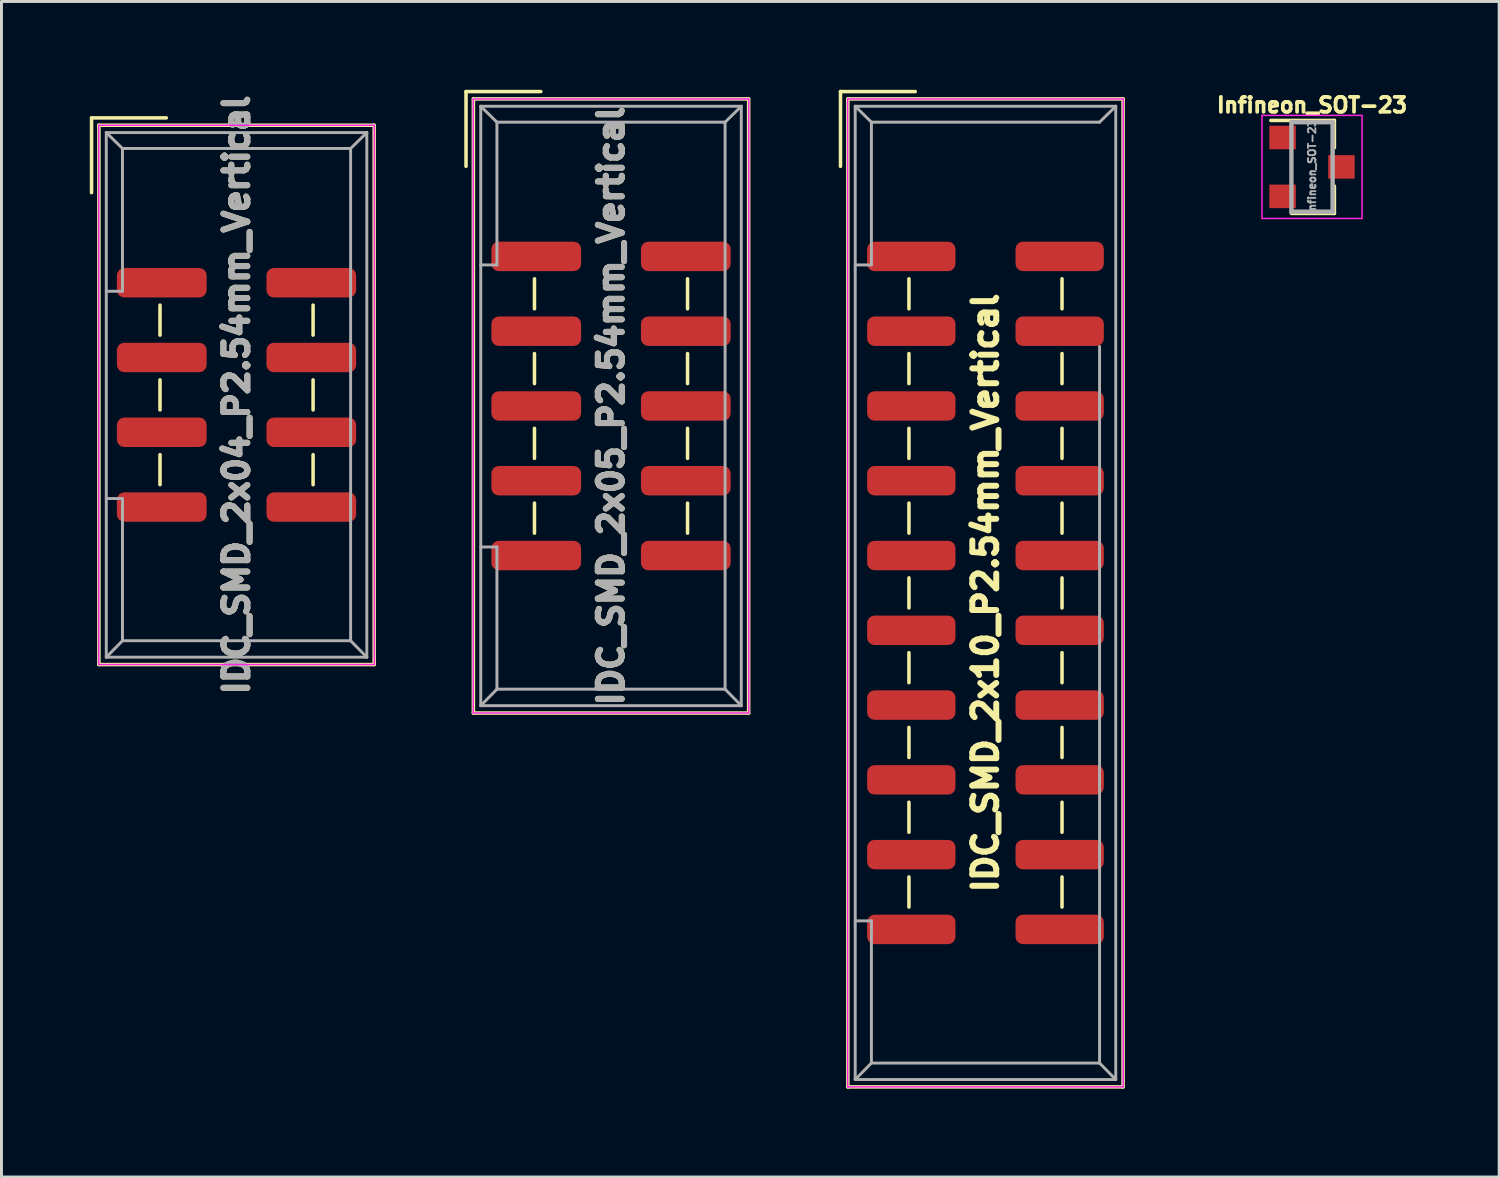
<source format=kicad_pcb>
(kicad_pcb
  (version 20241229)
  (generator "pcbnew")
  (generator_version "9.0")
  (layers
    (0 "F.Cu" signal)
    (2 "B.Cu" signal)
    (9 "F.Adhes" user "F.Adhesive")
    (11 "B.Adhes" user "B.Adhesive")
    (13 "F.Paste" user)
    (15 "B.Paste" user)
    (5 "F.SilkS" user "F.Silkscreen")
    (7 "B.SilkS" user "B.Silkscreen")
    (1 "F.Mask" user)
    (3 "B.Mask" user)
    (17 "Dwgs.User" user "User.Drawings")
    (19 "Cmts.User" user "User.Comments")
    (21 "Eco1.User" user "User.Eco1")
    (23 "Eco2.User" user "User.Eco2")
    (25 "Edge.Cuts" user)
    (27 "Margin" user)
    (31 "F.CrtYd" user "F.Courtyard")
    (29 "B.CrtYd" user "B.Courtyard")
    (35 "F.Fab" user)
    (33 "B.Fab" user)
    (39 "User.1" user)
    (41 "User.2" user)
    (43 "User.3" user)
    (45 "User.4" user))
  (footprint "IDC_SMD_2x04_P2.54mm_Vertical"
    (layer "F.Cu")
    (at 4.985 10.364)
    (property "Reference" "IDC_SMD_2x04_P2.54mm_Vertical" (at 0 0 90) (layer "F.Fab") (effects (font (size 0.813 0.813) (thickness 0.203))))
    (attr smd)
    (fp_line (start -4.925 -9.41) (end -4.925 -6.87) (stroke (width 0.12) (type solid)) (layer "F.SilkS"))
    (fp_line (start -4.925 -9.41) (end -2.385 -9.41) (stroke (width 0.12) (type solid)) (layer "F.SilkS"))
    (fp_line (start -4.675 -9.16) (end 4.675 -9.16) (stroke (width 0.12) (type solid)) (layer "F.SilkS"))
    (fp_line (start -4.675 9.16) (end -4.675 -9.16) (stroke (width 0.12) (type solid)) (layer "F.SilkS"))
    (fp_line (start -2.6 -3.05) (end -2.6 -2.03) (stroke (width 0.12) (type solid)) (layer "F.SilkS"))
    (fp_line (start -2.6 -0.51) (end -2.6 0.51) (stroke (width 0.12) (type solid)) (layer "F.SilkS"))
    (fp_line (start -2.6 2.03) (end -2.6 3.05) (stroke (width 0.12) (type solid)) (layer "F.SilkS"))
    (fp_line (start 2.6 -3.05) (end 2.6 -2.03) (stroke (width 0.12) (type solid)) (layer "F.SilkS"))
    (fp_line (start 2.6 -0.51) (end 2.6 0.51) (stroke (width 0.12) (type solid)) (layer "F.SilkS"))
    (fp_line (start 2.6 2.03) (end 2.6 3.05) (stroke (width 0.12) (type solid)) (layer "F.SilkS"))
    (fp_line (start 4.675 -9.16) (end 4.675 9.16) (stroke (width 0.12) (type solid)) (layer "F.SilkS"))
    (fp_line (start 4.675 9.16) (end -4.675 9.16) (stroke (width 0.12) (type solid)) (layer "F.SilkS"))
    (fp_line (start -4.68 -9.16) (end 4.68 -9.16) (stroke (width 0.05) (type solid)) (layer "F.CrtYd"))
    (fp_line (start -4.68 9.16) (end -4.68 -9.16) (stroke (width 0.05) (type solid)) (layer "F.CrtYd"))
    (fp_line (start 4.68 -9.16) (end 4.68 9.16) (stroke (width 0.05) (type solid)) (layer "F.CrtYd"))
    (fp_line (start 4.68 9.16) (end -4.68 9.16) (stroke (width 0.05) (type solid)) (layer "F.CrtYd"))
    (fp_line (start -4.425 -8.91) (end -4.425 8.91) (stroke (width 0.1) (type solid)) (layer "F.Fab"))
    (fp_line (start -4.425 -8.91) (end -3.875 -8.37) (stroke (width 0.1) (type solid)) (layer "F.Fab"))
    (fp_line (start -4.425 8.91) (end -3.875 8.35) (stroke (width 0.1) (type solid)) (layer "F.Fab"))
    (fp_line (start -3.875 -8.37) (end -3.875 -3.52) (stroke (width 0.1) (type solid)) (layer "F.Fab"))
    (fp_line (start -3.875 -3.52) (end -4.425 -3.52) (stroke (width 0.1) (type solid)) (layer "F.Fab"))
    (fp_line (start -3.875 3.52) (end -4.425 3.52) (stroke (width 0.1) (type solid)) (layer "F.Fab"))
    (fp_line (start -3.875 3.52) (end -3.875 8.35) (stroke (width 0.1) (type solid)) (layer "F.Fab"))
    (fp_line (start 3.875 -8.37) (end -3.875 -8.37) (stroke (width 0.1) (type solid)) (layer "F.Fab"))
    (fp_line (start 3.875 -8.37) (end 3.875 8.35) (stroke (width 0.1) (type solid)) (layer "F.Fab"))
    (fp_line (start 3.875 8.35) (end -3.875 8.35) (stroke (width 0.1) (type solid)) (layer "F.Fab"))
    (fp_line (start 4.425 -8.91) (end -4.425 -8.91) (stroke (width 0.1) (type solid)) (layer "F.Fab"))
    (fp_line (start 4.425 -8.91) (end 3.875 -8.37) (stroke (width 0.1) (type solid)) (layer "F.Fab"))
    (fp_line (start 4.425 -8.91) (end 4.425 8.91) (stroke (width 0.1) (type solid)) (layer "F.Fab"))
    (fp_line (start 4.425 8.91) (end -4.425 8.91) (stroke (width 0.1) (type solid)) (layer "F.Fab"))
    (fp_line (start 4.425 8.91) (end 3.875 8.35) (stroke (width 0.1) (type solid)) (layer "F.Fab"))
    (fp_text user "${REFERENCE}" (at 0 0 270) (layer "F.SilkS") (effects (font (size 0.813 0.813) (thickness 0.203))))
    (pad "1" smd roundrect (at -2.54 -3.81) (size 3.048 1) (layers "F.Cu" "F.Mask" "F.Paste") (roundrect_rratio 0.25))
    (pad "2" smd roundrect (at 2.54 -3.81) (size 3.048 1) (layers "F.Cu" "F.Mask" "F.Paste") (roundrect_rratio 0.25))
    (pad "3" smd roundrect (at -2.54 -1.27) (size 3.048 1) (layers "F.Cu" "F.Mask" "F.Paste") (roundrect_rratio 0.25))
    (pad "4" smd roundrect (at 2.54 -1.27) (size 3.048 1) (layers "F.Cu" "F.Mask" "F.Paste") (roundrect_rratio 0.25))
    (pad "5" smd roundrect (at -2.54 1.27) (size 3.048 1) (layers "F.Cu" "F.Mask" "F.Paste") (roundrect_rratio 0.25))
    (pad "6" smd roundrect (at 2.54 1.27) (size 3.048 1) (layers "F.Cu" "F.Mask" "F.Paste") (roundrect_rratio 0.25))
    (pad "7" smd roundrect (at -2.54 3.81) (size 3.048 1) (layers "F.Cu" "F.Mask" "F.Paste") (roundrect_rratio 0.25))
    (pad "8" smd roundrect (at 2.54 3.81) (size 3.048 1) (layers "F.Cu" "F.Mask" "F.Paste") (roundrect_rratio 0.25)))
  (footprint "IDC_SMD_2x10_P2.54mm_Vertical"
    (layer "F.Cu")
    (at 30.425 17.09)
    (property "Reference" "IDC_SMD_2x10_P2.54mm_Vertical" (at 0 0 90) (layer "F.SilkS") (effects (font (size 0.813 0.813) (thickness 0.203))))
    (attr smd)
    (fp_line (start -4.925 -17.03) (end -4.925 -14.49) (stroke (width 0.12) (type solid)) (layer "F.SilkS"))
    (fp_line (start -4.925 -17.03) (end -2.385 -17.03) (stroke (width 0.12) (type solid)) (layer "F.SilkS"))
    (fp_line (start -4.675 -16.78) (end 4.675 -16.78) (stroke (width 0.12) (type solid)) (layer "F.SilkS"))
    (fp_line (start -4.675 16.78) (end -4.675 -16.78) (stroke (width 0.12) (type solid)) (layer "F.SilkS"))
    (fp_line (start -2.6 -10.67) (end -2.6 -9.65) (stroke (width 0.12) (type solid)) (layer "F.SilkS"))
    (fp_line (start -2.6 -8.13) (end -2.6 -7.11) (stroke (width 0.12) (type solid)) (layer "F.SilkS"))
    (fp_line (start -2.6 -5.59) (end -2.6 -4.57) (stroke (width 0.12) (type solid)) (layer "F.SilkS"))
    (fp_line (start -2.6 -3.05) (end -2.6 -2.03) (stroke (width 0.12) (type solid)) (layer "F.SilkS"))
    (fp_line (start -2.6 -0.51) (end -2.6 0.51) (stroke (width 0.12) (type solid)) (layer "F.SilkS"))
    (fp_line (start -2.6 2.03) (end -2.6 3.05) (stroke (width 0.12) (type solid)) (layer "F.SilkS"))
    (fp_line (start -2.6 4.57) (end -2.6 5.59) (stroke (width 0.12) (type solid)) (layer "F.SilkS"))
    (fp_line (start -2.6 7.11) (end -2.6 8.13) (stroke (width 0.12) (type solid)) (layer "F.SilkS"))
    (fp_line (start -2.6 9.65) (end -2.6 10.67) (stroke (width 0.12) (type solid)) (layer "F.SilkS"))
    (fp_line (start 2.6 -10.67) (end 2.6 -9.65) (stroke (width 0.12) (type solid)) (layer "F.SilkS"))
    (fp_line (start 2.6 -8.13) (end 2.6 -7.11) (stroke (width 0.12) (type solid)) (layer "F.SilkS"))
    (fp_line (start 2.6 -5.59) (end 2.6 -4.57) (stroke (width 0.12) (type solid)) (layer "F.SilkS"))
    (fp_line (start 2.6 -3.05) (end 2.6 -2.03) (stroke (width 0.12) (type solid)) (layer "F.SilkS"))
    (fp_line (start 2.6 -0.51) (end 2.6 0.51) (stroke (width 0.12) (type solid)) (layer "F.SilkS"))
    (fp_line (start 2.6 2.03) (end 2.6 3.05) (stroke (width 0.12) (type solid)) (layer "F.SilkS"))
    (fp_line (start 2.6 4.57) (end 2.6 5.59) (stroke (width 0.12) (type solid)) (layer "F.SilkS"))
    (fp_line (start 2.6 7.11) (end 2.6 8.13) (stroke (width 0.12) (type solid)) (layer "F.SilkS"))
    (fp_line (start 2.6 9.65) (end 2.6 10.67) (stroke (width 0.12) (type solid)) (layer "F.SilkS"))
    (fp_line (start 4.675 -16.78) (end 4.675 16.78) (stroke (width 0.12) (type solid)) (layer "F.SilkS"))
    (fp_line (start 4.675 16.78) (end -4.675 16.78) (stroke (width 0.12) (type solid)) (layer "F.SilkS"))
    (fp_line (start -4.68 -16.78) (end 4.68 -16.78) (stroke (width 0.05) (type solid)) (layer "F.CrtYd"))
    (fp_line (start -4.68 16.78) (end -4.68 -16.78) (stroke (width 0.05) (type solid)) (layer "F.CrtYd"))
    (fp_line (start 4.68 -16.78) (end 4.68 16.78) (stroke (width 0.05) (type solid)) (layer "F.CrtYd"))
    (fp_line (start 4.68 16.78) (end -4.68 16.78) (stroke (width 0.05) (type solid)) (layer "F.CrtYd"))
    (fp_line (start -4.425 -16.53) (end -4.425 16.53) (stroke (width 0.1) (type solid)) (layer "F.Fab"))
    (fp_line (start -4.425 -16.53) (end -3.875 -15.99) (stroke (width 0.1) (type solid)) (layer "F.Fab"))
    (fp_line (start -4.425 16.53) (end -3.875 15.97) (stroke (width 0.1) (type solid)) (layer "F.Fab"))
    (fp_line (start -3.875 -15.99) (end -3.875 -11.14) (stroke (width 0.1) (type solid)) (layer "F.Fab"))
    (fp_line (start -3.875 -11.14) (end -4.425 -11.14) (stroke (width 0.1) (type solid)) (layer "F.Fab"))
    (fp_line (start -3.875 11.14) (end -4.425 11.14) (stroke (width 0.1) (type solid)) (layer "F.Fab"))
    (fp_line (start -3.875 11.14) (end -3.875 15.97) (stroke (width 0.1) (type solid)) (layer "F.Fab"))
    (fp_line (start 3.875 -15.99) (end -3.875 -15.99) (stroke (width 0.1) (type solid)) (layer "F.Fab"))
    (fp_line (start 3.875 -8.37) (end 3.875 15.97) (stroke (width 0.1) (type solid)) (layer "F.Fab"))
    (fp_line (start 3.875 15.97) (end -3.875 15.97) (stroke (width 0.1) (type solid)) (layer "F.Fab"))
    (fp_line (start 4.425 -16.53) (end -4.425 -16.53) (stroke (width 0.1) (type solid)) (layer "F.Fab"))
    (fp_line (start 4.425 -16.53) (end 3.875 -15.99) (stroke (width 0.1) (type solid)) (layer "F.Fab"))
    (fp_line (start 4.425 -16.53) (end 4.425 16.53) (stroke (width 0.1) (type solid)) (layer "F.Fab"))
    (fp_line (start 4.425 16.53) (end -4.425 16.53) (stroke (width 0.1) (type solid)) (layer "F.Fab"))
    (fp_line (start 4.425 16.53) (end 3.875 15.97) (stroke (width 0.1) (type solid)) (layer "F.Fab"))
    (pad "1" smd roundrect (at -2.52 -11.43) (size 3 1) (layers "F.Cu" "F.Mask" "F.Paste") (roundrect_rratio 0.25))
    (pad "2" smd roundrect (at 2.52 -11.43) (size 3 1) (layers "F.Cu" "F.Mask" "F.Paste") (roundrect_rratio 0.25))
    (pad "3" smd roundrect (at -2.52 -8.89) (size 3 1) (layers "F.Cu" "F.Mask" "F.Paste") (roundrect_rratio 0.25))
    (pad "4" smd roundrect (at 2.52 -8.89) (size 3 1) (layers "F.Cu" "F.Mask" "F.Paste") (roundrect_rratio 0.25))
    (pad "5" smd roundrect (at -2.52 -6.35) (size 3 1) (layers "F.Cu" "F.Mask" "F.Paste") (roundrect_rratio 0.25))
    (pad "6" smd roundrect (at 2.52 -6.35) (size 3 1) (layers "F.Cu" "F.Mask" "F.Paste") (roundrect_rratio 0.25))
    (pad "7" smd roundrect (at -2.52 -3.81) (size 3 1) (layers "F.Cu" "F.Mask" "F.Paste") (roundrect_rratio 0.25))
    (pad "8" smd roundrect (at 2.52 -3.81) (size 3 1) (layers "F.Cu" "F.Mask" "F.Paste") (roundrect_rratio 0.25))
    (pad "9" smd roundrect (at -2.52 -1.27) (size 3 1) (layers "F.Cu" "F.Mask" "F.Paste") (roundrect_rratio 0.25))
    (pad "10" smd roundrect (at 2.52 -1.27) (size 3 1) (layers "F.Cu" "F.Mask" "F.Paste") (roundrect_rratio 0.25))
    (pad "11" smd roundrect (at -2.52 1.27) (size 3 1) (layers "F.Cu" "F.Mask" "F.Paste") (roundrect_rratio 0.25))
    (pad "12" smd roundrect (at 2.52 1.27) (size 3 1) (layers "F.Cu" "F.Mask" "F.Paste") (roundrect_rratio 0.25))
    (pad "13" smd roundrect (at -2.52 3.81) (size 3 1) (layers "F.Cu" "F.Mask" "F.Paste") (roundrect_rratio 0.25))
    (pad "14" smd roundrect (at 2.52 3.81) (size 3 1) (layers "F.Cu" "F.Mask" "F.Paste") (roundrect_rratio 0.25))
    (pad "15" smd roundrect (at -2.52 6.35) (size 3 1) (layers "F.Cu" "F.Mask" "F.Paste") (roundrect_rratio 0.25))
    (pad "16" smd roundrect (at 2.52 6.35) (size 3 1) (layers "F.Cu" "F.Mask" "F.Paste") (roundrect_rratio 0.25))
    (pad "17" smd roundrect (at -2.52 8.89) (size 3 1) (layers "F.Cu" "F.Mask" "F.Paste") (roundrect_rratio 0.25))
    (pad "18" smd roundrect (at 2.52 8.89) (size 3 1) (layers "F.Cu" "F.Mask" "F.Paste") (roundrect_rratio 0.25))
    (pad "19" smd roundrect (at -2.52 11.43) (size 3 1) (layers "F.Cu" "F.Mask" "F.Paste") (roundrect_rratio 0.25))
    (pad "20" smd roundrect (at 2.52 11.43) (size 3 1) (layers "F.Cu" "F.Mask" "F.Paste") (roundrect_rratio 0.25)))
  (footprint "Infineon_SOT-23"
    (layer "F.Cu")
    (at 41.517 2.62)
    (property "Reference" "Infineon_SOT-23" (at 0 -2.1 0) (layer "F.SilkS") (effects (font (size 0.508 0.508) (thickness 0.127))))
    (attr smd)
    (fp_line (start 0.76 -1.58) (end -1.4 -1.58) (stroke (width 0.12) (type solid)) (layer "F.SilkS"))
    (fp_line (start 0.76 -1.58) (end 0.76 -0.65) (stroke (width 0.12) (type solid)) (layer "F.SilkS"))
    (fp_line (start 0.76 1.58) (end -0.7 1.58) (stroke (width 0.12) (type solid)) (layer "F.SilkS"))
    (fp_line (start 0.76 1.58) (end 0.76 0.65) (stroke (width 0.12) (type solid)) (layer "F.SilkS"))
    (fp_line (start -1.7 -1.75) (end 1.7 -1.75) (stroke (width 0.05) (type solid)) (layer "F.CrtYd"))
    (fp_line (start -1.7 1.75) (end -1.7 -1.75) (stroke (width 0.05) (type solid)) (layer "F.CrtYd"))
    (fp_line (start 1.7 -1.75) (end 1.7 1.75) (stroke (width 0.05) (type solid)) (layer "F.CrtYd"))
    (fp_line (start 1.7 1.75) (end -1.7 1.75) (stroke (width 0.05) (type solid)) (layer "F.CrtYd"))
    (fp_line (start -0.7 -1.52) (end -0.7 1.52) (stroke (width 0.15) (type solid)) (layer "F.Fab"))
    (fp_line (start -0.7 -1.52) (end 0.7 -1.52) (stroke (width 0.15) (type solid)) (layer "F.Fab"))
    (fp_line (start -0.7 1.52) (end 0.7 1.52) (stroke (width 0.15) (type solid)) (layer "F.Fab"))
    (fp_line (start 0.7 -1.52) (end 0.7 1.52) (stroke (width 0.15) (type solid)) (layer "F.Fab"))
    (fp_text user "${REFERENCE}" (at 0 0 90) (layer "F.Fab") (effects (font (size 0.254 0.254) (thickness 0.064))))
    (pad "1" smd rect (at -1 -1) (size 0.9 0.8) (layers "F.Cu" "F.Mask" "F.Paste"))
    (pad "2" smd rect (at -1 1) (size 0.9 0.8) (layers "F.Cu" "F.Mask" "F.Paste"))
    (pad "3" smd rect (at 1 0) (size 0.9 0.8) (layers "F.Cu" "F.Mask" "F.Paste")))
  (footprint "IDC_SMD_2x05_P2.54mm_Vertical"
    (layer "F.Cu")
    (at 17.705 10.74)
    (property "Reference" "IDC_SMD_2x05_P2.54mm_Vertical" (at 0 0 90) (layer "F.Fab") (effects (font (size 0.813 0.813) (thickness 0.203))))
    (attr smd)
    (fp_line (start -4.925 -10.68) (end -4.925 -8.14) (stroke (width 0.12) (type solid)) (layer "F.SilkS"))
    (fp_line (start -4.925 -10.68) (end -2.385 -10.68) (stroke (width 0.12) (type solid)) (layer "F.SilkS"))
    (fp_line (start -4.675 -10.43) (end 4.675 -10.43) (stroke (width 0.12) (type solid)) (layer "F.SilkS"))
    (fp_line (start -4.675 10.43) (end -4.675 -10.43) (stroke (width 0.12) (type solid)) (layer "F.SilkS"))
    (fp_line (start -2.6 -4.32) (end -2.6 -3.3) (stroke (width 0.12) (type solid)) (layer "F.SilkS"))
    (fp_line (start -2.6 -1.78) (end -2.6 -0.76) (stroke (width 0.12) (type solid)) (layer "F.SilkS"))
    (fp_line (start -2.6 0.76) (end -2.6 1.78) (stroke (width 0.12) (type solid)) (layer "F.SilkS"))
    (fp_line (start -2.6 3.3) (end -2.6 4.32) (stroke (width 0.12) (type solid)) (layer "F.SilkS"))
    (fp_line (start 2.6 -4.32) (end 2.6 -3.3) (stroke (width 0.12) (type solid)) (layer "F.SilkS"))
    (fp_line (start 2.6 -1.78) (end 2.6 -0.76) (stroke (width 0.12) (type solid)) (layer "F.SilkS"))
    (fp_line (start 2.6 0.76) (end 2.6 1.78) (stroke (width 0.12) (type solid)) (layer "F.SilkS"))
    (fp_line (start 2.6 3.3) (end 2.6 4.32) (stroke (width 0.12) (type solid)) (layer "F.SilkS"))
    (fp_line (start 4.675 -10.43) (end 4.675 10.43) (stroke (width 0.12) (type solid)) (layer "F.SilkS"))
    (fp_line (start 4.675 10.43) (end -4.675 10.43) (stroke (width 0.12) (type solid)) (layer "F.SilkS"))
    (fp_line (start -4.68 -10.43) (end 4.68 -10.43) (stroke (width 0.05) (type solid)) (layer "F.CrtYd"))
    (fp_line (start -4.68 10.43) (end -4.68 -10.43) (stroke (width 0.05) (type solid)) (layer "F.CrtYd"))
    (fp_line (start 4.68 -10.43) (end 4.68 10.43) (stroke (width 0.05) (type solid)) (layer "F.CrtYd"))
    (fp_line (start 4.68 10.43) (end -4.68 10.43) (stroke (width 0.05) (type solid)) (layer "F.CrtYd"))
    (fp_line (start -4.425 -10.18) (end -4.425 10.18) (stroke (width 0.1) (type solid)) (layer "F.Fab"))
    (fp_line (start -4.425 -10.18) (end -3.875 -9.64) (stroke (width 0.1) (type solid)) (layer "F.Fab"))
    (fp_line (start -4.425 10.18) (end -3.875 9.62) (stroke (width 0.1) (type solid)) (layer "F.Fab"))
    (fp_line (start -3.875 -9.64) (end -3.875 -4.79) (stroke (width 0.1) (type solid)) (layer "F.Fab"))
    (fp_line (start -3.875 -4.79) (end -4.425 -4.79) (stroke (width 0.1) (type solid)) (layer "F.Fab"))
    (fp_line (start -3.875 4.79) (end -4.425 4.79) (stroke (width 0.1) (type solid)) (layer "F.Fab"))
    (fp_line (start -3.875 4.79) (end -3.875 9.62) (stroke (width 0.1) (type solid)) (layer "F.Fab"))
    (fp_line (start 3.875 -9.64) (end -3.875 -9.64) (stroke (width 0.1) (type solid)) (layer "F.Fab"))
    (fp_line (start 3.875 -9.64) (end 3.875 9.62) (stroke (width 0.1) (type solid)) (layer "F.Fab"))
    (fp_line (start 3.875 9.62) (end -3.875 9.62) (stroke (width 0.1) (type solid)) (layer "F.Fab"))
    (fp_line (start 4.425 -10.18) (end -4.425 -10.18) (stroke (width 0.1) (type solid)) (layer "F.Fab"))
    (fp_line (start 4.425 -10.18) (end 3.875 -9.64) (stroke (width 0.1) (type solid)) (layer "F.Fab"))
    (fp_line (start 4.425 -10.18) (end 4.425 10.18) (stroke (width 0.1) (type solid)) (layer "F.Fab"))
    (fp_line (start 4.425 10.18) (end -4.425 10.18) (stroke (width 0.1) (type solid)) (layer "F.Fab"))
    (fp_line (start 4.425 10.18) (end 3.875 9.62) (stroke (width 0.1) (type solid)) (layer "F.Fab"))
    (fp_text user "${REFERENCE}" (at 0 0 270) (layer "F.SilkS") (effects (font (size 0.813 0.813) (thickness 0.203))))
    (pad "1" smd roundrect (at -2.54 -5.08) (size 3.048 1) (layers "F.Cu" "F.Mask" "F.Paste") (roundrect_rratio 0.25))
    (pad "2" smd roundrect (at 2.54 -5.08) (size 3.048 1) (layers "F.Cu" "F.Mask" "F.Paste") (roundrect_rratio 0.25))
    (pad "3" smd roundrect (at -2.54 -2.54) (size 3.048 1) (layers "F.Cu" "F.Mask" "F.Paste") (roundrect_rratio 0.25))
    (pad "4" smd roundrect (at 2.54 -2.54) (size 3.048 1) (layers "F.Cu" "F.Mask" "F.Paste") (roundrect_rratio 0.25))
    (pad "5" smd roundrect (at -2.54 0) (size 3.048 1) (layers "F.Cu" "F.Mask" "F.Paste") (roundrect_rratio 0.25))
    (pad "6" smd roundrect (at 2.54 0) (size 3.048 1) (layers "F.Cu" "F.Mask" "F.Paste") (roundrect_rratio 0.25))
    (pad "7" smd roundrect (at -2.54 2.54) (size 3.048 1) (layers "F.Cu" "F.Mask" "F.Paste") (roundrect_rratio 0.25))
    (pad "8" smd roundrect (at 2.54 2.54) (size 3.048 1) (layers "F.Cu" "F.Mask" "F.Paste") (roundrect_rratio 0.25))
    (pad "9" smd roundrect (at -2.54 5.08) (size 3.048 1) (layers "F.Cu" "F.Mask" "F.Paste") (roundrect_rratio 0.25))
    (pad "10" smd roundrect (at 2.54 5.08) (size 3.048 1) (layers "F.Cu" "F.Mask" "F.Paste") (roundrect_rratio 0.25)))
  (gr_rect
    (start -3 -3)
    (end 47.874 36.93)
    (stroke (width 0.1) (type default))
    (fill no)
    (layer "Edge.Cuts")))
</source>
